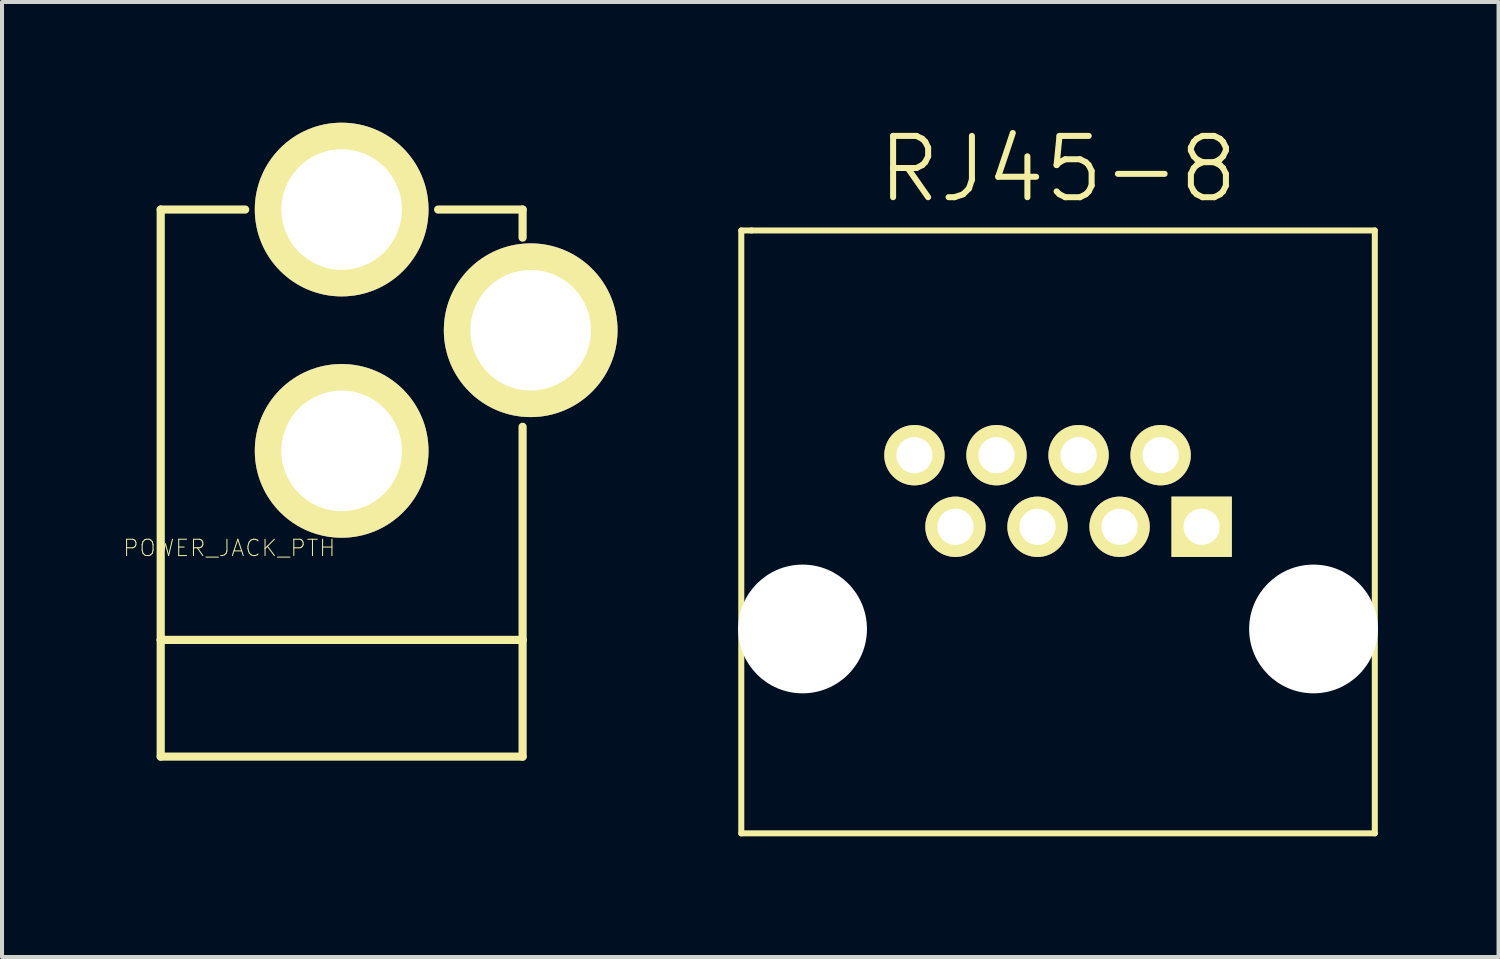
<source format=kicad_pcb>
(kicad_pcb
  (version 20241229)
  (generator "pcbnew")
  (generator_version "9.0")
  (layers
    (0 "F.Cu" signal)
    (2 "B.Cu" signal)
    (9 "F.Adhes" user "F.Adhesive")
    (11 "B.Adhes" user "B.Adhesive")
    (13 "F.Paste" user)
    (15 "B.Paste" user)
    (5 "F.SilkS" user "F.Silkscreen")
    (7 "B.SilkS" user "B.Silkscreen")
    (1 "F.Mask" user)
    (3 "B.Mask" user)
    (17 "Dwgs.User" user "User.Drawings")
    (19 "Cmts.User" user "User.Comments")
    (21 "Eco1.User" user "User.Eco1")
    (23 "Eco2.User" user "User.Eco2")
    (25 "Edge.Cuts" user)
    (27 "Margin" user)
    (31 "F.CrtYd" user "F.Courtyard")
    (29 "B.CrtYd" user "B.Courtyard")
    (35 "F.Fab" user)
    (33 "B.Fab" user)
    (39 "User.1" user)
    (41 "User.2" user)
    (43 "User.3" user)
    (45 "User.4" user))
  (footprint "POWER_JACK_PTH"
    (layer "F.Cu")
    (at 5.443 15.857)
    (property "Reference" "POWER_JACK_PTH" (at -2.794 -5.283 0) (layer "F.SilkS") (effects (font (size 0.406 0.406) (thickness 0.025))))
    (attr exclude_from_pos_files exclude_from_bom)
    (fp_line (start -4.498 -13.698) (end -2.398 -13.698) (stroke (width 0.203) (type solid)) (layer "F.SilkS"))
    (fp_line (start -4.498 -3) (end -4.498 -13.698) (stroke (width 0.203) (type solid)) (layer "F.SilkS"))
    (fp_line (start -4.498 -3) (end -4.498 -0.099) (stroke (width 0.203) (type solid)) (layer "F.SilkS"))
    (fp_line (start -4.498 -3) (end 4.498 -3) (stroke (width 0.203) (type solid)) (layer "F.SilkS"))
    (fp_line (start 4.498 -13.698) (end 2.398 -13.698) (stroke (width 0.203) (type solid)) (layer "F.SilkS"))
    (fp_line (start 4.498 -13.698) (end 4.498 -13) (stroke (width 0.203) (type solid)) (layer "F.SilkS"))
    (fp_line (start 4.498 -3) (end 4.498 -8.298) (stroke (width 0.203) (type solid)) (layer "F.SilkS"))
    (fp_line (start 4.498 -0.099) (end -4.498 -0.099) (stroke (width 0.203) (type solid)) (layer "F.SilkS"))
    (fp_line (start 4.498 -0.099) (end 4.498 -3) (stroke (width 0.203) (type solid)) (layer "F.SilkS"))
    (pad "GND" thru_hole circle (at 0 -7.699) (size 4.318 4.318) (drill 2.997) (layers "*.Cu" "*.Mask" "F.SilkS" "F.Paste"))
    (pad "GNDB" thru_hole circle (at 4.699 -10.698) (size 4.318 4.318) (drill 2.997) (layers "*.Cu" "*.Mask" "F.SilkS" "F.Paste"))
    (pad "PWR" thru_hole circle (at 0 -13.698) (size 4.318 4.318) (drill 2.997) (layers "*.Cu" "*.Mask" "F.SilkS" "F.Paste")))
  (footprint "RJ45-8"
    (layer "F.Cu")
    (at 23.251 12.585)
    (property "Reference" "RJ45-8" (at 0 -11.43 0) (layer "F.SilkS") (effects (font (size 1.524 1.524) (thickness 0.15))))
    (attr exclude_from_pos_files exclude_from_bom)
    (fp_line (start -7.874 -9.906) (end -7.62 -9.906) (stroke (width 0.15) (type solid)) (layer "F.SilkS"))
    (fp_line (start -7.874 5.08) (end -7.874 -9.906) (stroke (width 0.15) (type solid)) (layer "F.SilkS"))
    (fp_line (start -7.62 -9.906) (end 7.874 -9.906) (stroke (width 0.15) (type solid)) (layer "F.SilkS"))
    (fp_line (start 7.874 -9.906) (end 7.874 5.08) (stroke (width 0.15) (type solid)) (layer "F.SilkS"))
    (fp_line (start 7.874 5.08) (end -7.874 5.08) (stroke (width 0.15) (type solid)) (layer "F.SilkS"))
    (pad "" np_thru_hole circle (at -6.35 0) (size 3.2 3.2) (drill 3.2) (layers "*.Cu" "*.Mask"))
    (pad "" np_thru_hole circle (at 6.35 0) (size 3.2 3.2) (drill 3.2) (layers "*.Cu" "*.Mask"))
    (pad "1" thru_hole rect (at 3.57 -2.54) (size 1.5 1.5) (drill 0.9) (layers "*.Cu" "*.Mask" "F.SilkS" "F.Paste"))
    (pad "2" thru_hole circle (at 2.55 -4.32) (size 1.5 1.5) (drill 0.9) (layers "*.Cu" "*.Mask" "F.SilkS" "F.Paste"))
    (pad "3" thru_hole circle (at 1.53 -2.54) (size 1.5 1.5) (drill 0.9) (layers "*.Cu" "*.Mask" "F.SilkS" "F.Paste"))
    (pad "4" thru_hole circle (at 0.51 -4.32) (size 1.5 1.5) (drill 0.9) (layers "*.Cu" "*.Mask" "F.SilkS" "F.Paste"))
    (pad "5" thru_hole circle (at -0.51 -2.54) (size 1.5 1.5) (drill 0.9) (layers "*.Cu" "*.Mask" "F.SilkS" "F.Paste"))
    (pad "6" thru_hole circle (at -1.53 -4.32) (size 1.5 1.5) (drill 0.9) (layers "*.Cu" "*.Mask" "F.SilkS" "F.Paste"))
    (pad "7" thru_hole circle (at -2.55 -2.54) (size 1.5 1.5) (drill 0.9) (layers "*.Cu" "*.Mask" "F.SilkS" "F.Paste"))
    (pad "8" thru_hole circle (at -3.57 -4.32) (size 1.5 1.5) (drill 0.9) (layers "*.Cu" "*.Mask" "F.SilkS" "F.Paste")))
  (gr_rect
    (start -3 -3)
    (end 34.201 20.74)
    (stroke (width 0.1) (type default))
    (fill no)
    (layer "Edge.Cuts")))
</source>
